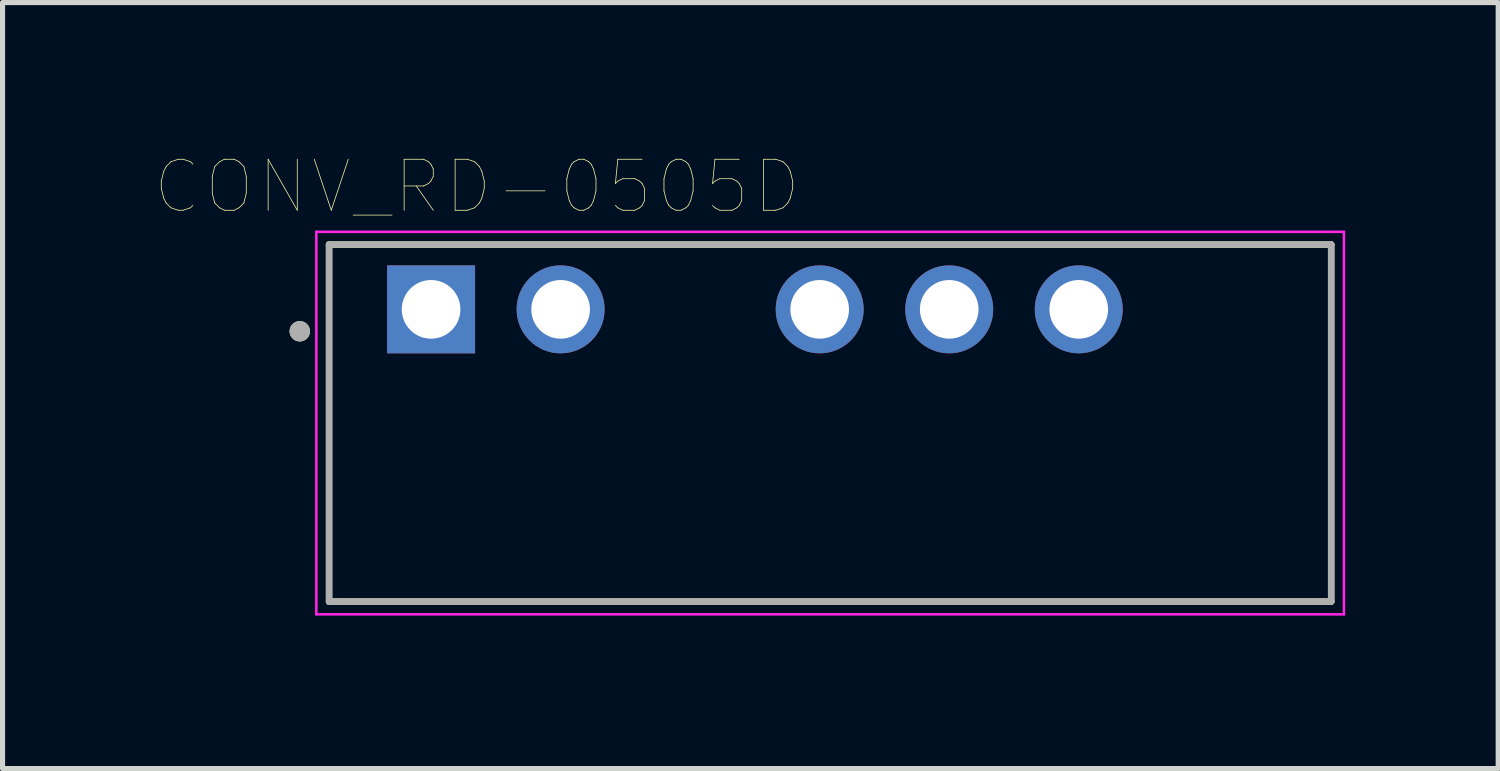
<source format=kicad_pcb>
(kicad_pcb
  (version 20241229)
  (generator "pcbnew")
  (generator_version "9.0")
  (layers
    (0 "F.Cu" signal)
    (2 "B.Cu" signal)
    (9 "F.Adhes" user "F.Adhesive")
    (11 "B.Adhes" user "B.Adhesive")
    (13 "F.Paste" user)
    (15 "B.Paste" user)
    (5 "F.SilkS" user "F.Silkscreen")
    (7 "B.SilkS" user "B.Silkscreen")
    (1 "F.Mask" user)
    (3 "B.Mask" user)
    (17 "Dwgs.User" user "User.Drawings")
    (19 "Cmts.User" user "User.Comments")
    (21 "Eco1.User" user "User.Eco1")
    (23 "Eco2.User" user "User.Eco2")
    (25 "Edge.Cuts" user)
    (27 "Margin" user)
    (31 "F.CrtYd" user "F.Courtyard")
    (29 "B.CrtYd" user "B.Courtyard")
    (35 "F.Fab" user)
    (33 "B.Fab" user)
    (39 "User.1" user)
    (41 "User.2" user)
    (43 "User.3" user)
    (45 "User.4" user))
  (footprint "CONV_RD-0505D"
    (layer "F.Cu")
    (at 13.228 5.246)
    (property "Reference" "CONV_RD-0505D" (at -6.925 -4.635 0) (layer "F.SilkS") (effects (font (size 1 1) (thickness 0.015))))
    (attr through_hole)
    (fp_line (start -9.825 -3.5) (end -9.825 3.5) (stroke (width 0.127) (type solid)) (layer "F.SilkS"))
    (fp_line (start -9.825 -3.5) (end 9.825 -3.5) (stroke (width 0.127) (type solid)) (layer "F.SilkS"))
    (fp_line (start -9.825 3.5) (end 9.825 3.5) (stroke (width 0.127) (type solid)) (layer "F.SilkS"))
    (fp_line (start 9.825 3.5) (end 9.825 -3.5) (stroke (width 0.127) (type solid)) (layer "F.SilkS"))
    (fp_circle (center -10.4 -1.8) (end -10.3 -1.8) (stroke (width 0.2) (type solid)) (fill no) (layer "F.SilkS"))
    (fp_line (start -10.075 -3.75) (end 10.075 -3.75) (stroke (width 0.05) (type solid)) (layer "F.CrtYd"))
    (fp_line (start -10.075 3.75) (end -10.075 -3.75) (stroke (width 0.05) (type solid)) (layer "F.CrtYd"))
    (fp_line (start 10.075 -3.75) (end 10.075 3.75) (stroke (width 0.05) (type solid)) (layer "F.CrtYd"))
    (fp_line (start 10.075 3.75) (end -10.075 3.75) (stroke (width 0.05) (type solid)) (layer "F.CrtYd"))
    (fp_line (start -9.825 -3.5) (end -9.825 3.5) (stroke (width 0.127) (type solid)) (layer "F.Fab"))
    (fp_line (start -9.825 3.5) (end 9.825 3.5) (stroke (width 0.127) (type solid)) (layer "F.Fab"))
    (fp_line (start 9.825 -3.5) (end -9.825 -3.5) (stroke (width 0.127) (type solid)) (layer "F.Fab"))
    (fp_line (start 9.825 3.5) (end 9.825 -3.5) (stroke (width 0.127) (type solid)) (layer "F.Fab"))
    (fp_circle (center -10.4 -1.8) (end -10.3 -1.8) (stroke (width 0.2) (type solid)) (fill no) (layer "F.Fab"))
    (pad "1" thru_hole rect (at -7.825 -2.23) (size 1.725 1.725) (drill 1.15) (layers "*.Cu" "*.Mask"))
    (pad "2" thru_hole circle (at -5.285 -2.23) (size 1.725 1.725) (drill 1.15) (layers "*.Cu" "*.Mask"))
    (pad "4" thru_hole circle (at -0.205 -2.23) (size 1.725 1.725) (drill 1.15) (layers "*.Cu" "*.Mask"))
    (pad "5" thru_hole circle (at 2.335 -2.23) (size 1.725 1.725) (drill 1.15) (layers "*.Cu" "*.Mask"))
    (pad "6" thru_hole circle (at 4.875 -2.23) (size 1.725 1.725) (drill 1.15) (layers "*.Cu" "*.Mask")))
  (gr_rect
    (start -3 -3)
    (end 26.328 12.021)
    (stroke (width 0.1) (type default))
    (fill no)
    (layer "Edge.Cuts")))
</source>
